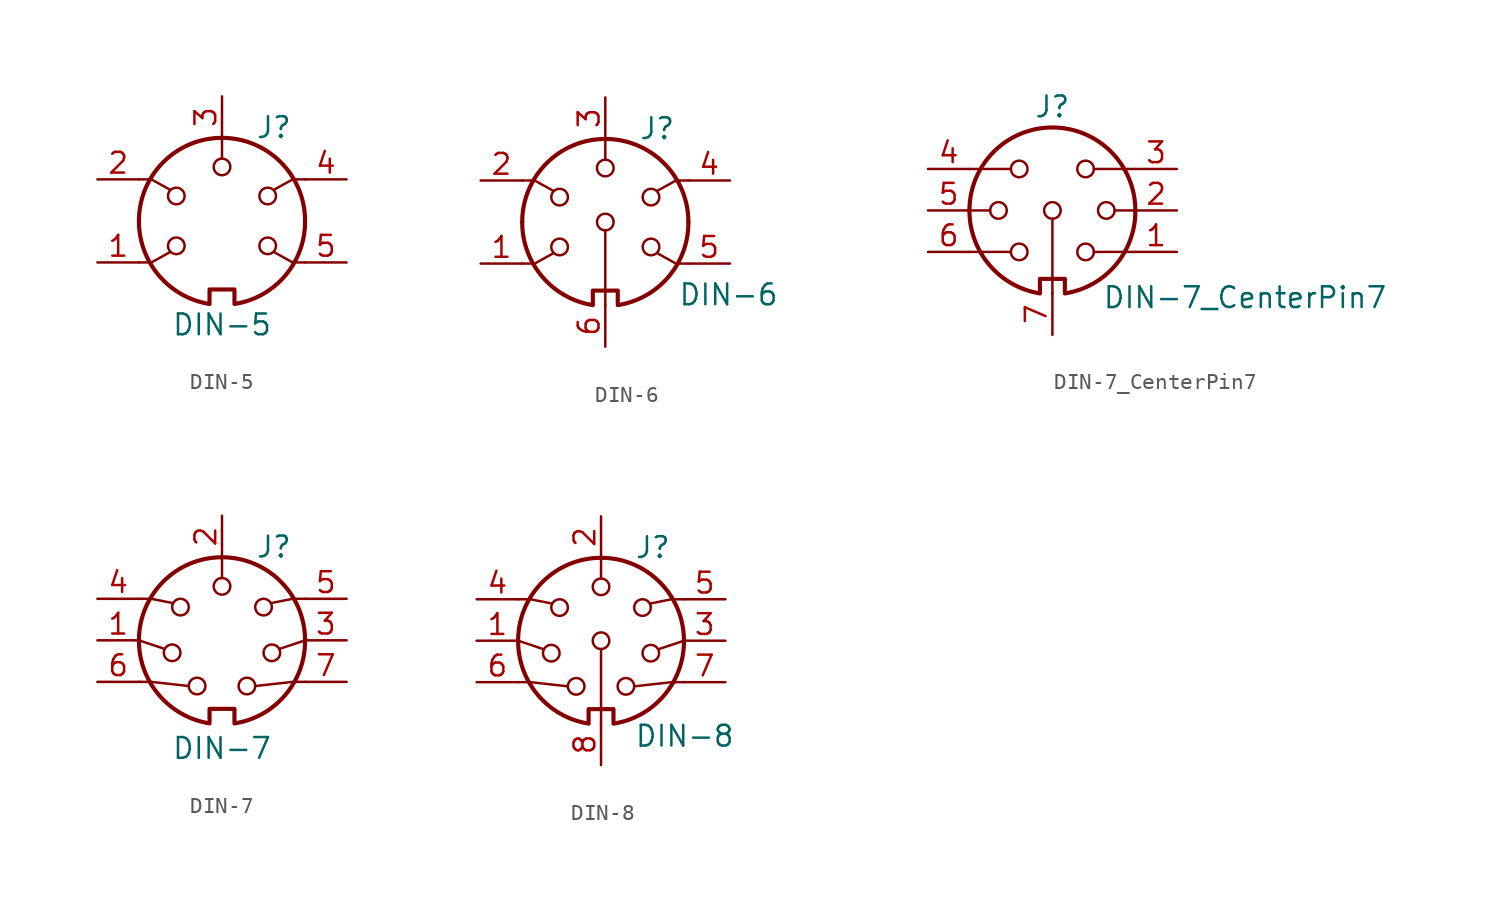
<source format=kicad_sym>
(kicad_symbol_lib
  (version 20220914)
  (generator kicad_symbol_editor)
  (symbol "DIN-5"
    (pin_names
      (offset 1.016))
    (property "Reference" "J"
      (at 3.175 5.715 0)
      (effects (font (size 1.27 1.27))))
    (property "Value" "DIN-5"
      (at 0 -6.35 0)
      (effects (font (size 1.27 1.27))))
    (symbol "DIN-5_0_1"
      (arc (start -5.08 0) (mid -3.8609 -3.3364) (end -0.762 -5.08) (stroke (width 0.254) (type solid)) (fill (type none)))
      (circle (center -2.794 -1.524) (radius 0.508) (stroke (width 0) (type solid)) (fill (type none)))
      (circle (center -2.794 1.524) (radius 0.508) (stroke (width 0) (type solid)) (fill (type none)))
      (polyline (pts (xy 0 5.08) (xy 0 3.81)) (stroke (width 0) (type solid)) (fill (type none)))
      (polyline (pts (xy -5.08 -2.54) (xy -4.318 -2.54) (xy -3.175 -1.905)) (stroke (width 0) (type solid)) (fill (type none)))
      (polyline (pts (xy -5.08 2.54) (xy -4.318 2.54) (xy -3.175 1.905)) (stroke (width 0) (type solid)) (fill (type none)))
      (polyline (pts (xy 5.08 -2.54) (xy 4.318 -2.54) (xy 3.175 -1.905)) (stroke (width 0) (type solid)) (fill (type none)))
      (polyline (pts (xy 5.08 2.54) (xy 4.318 2.54) (xy 3.175 1.905)) (stroke (width 0) (type solid)) (fill (type none)))
      (polyline (pts (xy -0.762 -4.953) (xy -0.762 -4.191) (xy 0.762 -4.191) (xy 0.762 -4.953)) (stroke (width 0.254) (type solid)) (fill (type none)))
      (circle (center 0 3.302) (radius 0.508) (stroke (width 0) (type solid)) (fill (type none)))
      (arc (start 0.762 -5.08) (mid 3.8685 -3.343) (end 5.08 0) (stroke (width 0.254) (type solid)) (fill (type none)))
      (circle (center 2.794 -1.524) (radius 0.508) (stroke (width 0) (type solid)) (fill (type none)))
      (circle (center 2.794 1.524) (radius 0.508) (stroke (width 0) (type solid)) (fill (type none)))
      (arc (start 5.08 0) (mid 0 5.0579) (end -5.08 0) (stroke (width 0.254) (type solid)) (fill (type none))))
    (symbol "DIN-5_1_1"
      (pin passive line (at -7.62 -2.54 0) (length 2.54) (name "~" (effects (font (size 1.27 1.27)))) (number "1" (effects (font (size 1.27 1.27)))))
      (pin passive line (at -7.62 2.54 0) (length 2.54) (name "~" (effects (font (size 1.27 1.27)))) (number "2" (effects (font (size 1.27 1.27)))))
      (pin passive line (at 0 7.62 270) (length 2.54) (name "~" (effects (font (size 1.27 1.27)))) (number "3" (effects (font (size 1.27 1.27)))))
      (pin passive line (at 7.62 2.54 180) (length 2.54) (name "~" (effects (font (size 1.27 1.27)))) (number "4" (effects (font (size 1.27 1.27)))))
      (pin passive line (at 7.62 -2.54 180) (length 2.54) (name "~" (effects (font (size 1.27 1.27)))) (number "5" (effects (font (size 1.27 1.27)))))))
  (symbol "DIN-6"
    (pin_names
      (offset 1.016))
    (property "Reference" "J"
      (at 3.175 5.715 0)
      (effects (font (size 1.27 1.27))))
    (property "Value" "DIN-6"
      (at 4.445 -4.445 0)
      (effects (font (size 1.27 1.27)) (justify left)))
    (symbol "DIN-6_0_1"
      (arc (start -5.08 0) (mid -3.8609 -3.3364) (end -0.762 -5.08) (stroke (width 0.254) (type solid)) (fill (type none)))
      (circle (center -2.794 -1.524) (radius 0.508) (stroke (width 0) (type solid)) (fill (type none)))
      (circle (center -2.794 1.524) (radius 0.508) (stroke (width 0) (type solid)) (fill (type none)))
      (polyline (pts (xy 0 -5.08) (xy 0 -0.508)) (stroke (width 0) (type solid)) (fill (type none)))
      (polyline (pts (xy 0 5.08) (xy 0 3.81)) (stroke (width 0) (type solid)) (fill (type none)))
      (polyline (pts (xy -5.08 -2.54) (xy -4.318 -2.54) (xy -3.175 -1.905)) (stroke (width 0) (type solid)) (fill (type none)))
      (polyline (pts (xy -5.08 2.54) (xy -4.318 2.54) (xy -3.175 1.905)) (stroke (width 0) (type solid)) (fill (type none)))
      (polyline (pts (xy 5.08 -2.54) (xy 4.318 -2.54) (xy 3.175 -1.905)) (stroke (width 0) (type solid)) (fill (type none)))
      (polyline (pts (xy 5.08 2.54) (xy 4.318 2.54) (xy 3.175 1.905)) (stroke (width 0) (type solid)) (fill (type none)))
      (polyline (pts (xy -0.762 -4.953) (xy -0.762 -4.191) (xy 0.762 -4.191) (xy 0.762 -4.953)) (stroke (width 0.254) (type solid)) (fill (type none)))
      (circle (center 0 0) (radius 0.508) (stroke (width 0) (type solid)) (fill (type none)))
      (circle (center 0 3.302) (radius 0.508) (stroke (width 0) (type solid)) (fill (type none)))
      (arc (start 0.762 -5.08) (mid 3.8685 -3.343) (end 5.08 0) (stroke (width 0.254) (type solid)) (fill (type none)))
      (circle (center 2.794 -1.524) (radius 0.508) (stroke (width 0) (type solid)) (fill (type none)))
      (circle (center 2.794 1.524) (radius 0.508) (stroke (width 0) (type solid)) (fill (type none)))
      (arc (start 5.08 0) (mid 0 5.0579) (end -5.08 0) (stroke (width 0.254) (type solid)) (fill (type none))))
    (symbol "DIN-6_1_1"
      (pin passive line (at -7.62 -2.54 0) (length 2.54) (name "~" (effects (font (size 1.27 1.27)))) (number "1" (effects (font (size 1.27 1.27)))))
      (pin passive line (at -7.62 2.54 0) (length 2.54) (name "~" (effects (font (size 1.27 1.27)))) (number "2" (effects (font (size 1.27 1.27)))))
      (pin passive line (at 0 7.62 270) (length 2.54) (name "~" (effects (font (size 1.27 1.27)))) (number "3" (effects (font (size 1.27 1.27)))))
      (pin passive line (at 7.62 2.54 180) (length 2.54) (name "~" (effects (font (size 1.27 1.27)))) (number "4" (effects (font (size 1.27 1.27)))))
      (pin passive line (at 7.62 -2.54 180) (length 2.54) (name "~" (effects (font (size 1.27 1.27)))) (number "5" (effects (font (size 1.27 1.27)))))
      (pin passive line (at 0 -7.62 90) (length 2.54) (name "~" (effects (font (size 1.27 1.27)))) (number "6" (effects (font (size 1.27 1.27)))))))
  (symbol "DIN-7_CenterPin7"
    (pin_names
      (offset 1.016))
    (property "Reference" "J"
      (at 0 6.35 0)
      (effects (font (size 1.27 1.27))))
    (property "Value" "DIN-7_CenterPin7"
      (at 3.048 -5.334 0)
      (effects (font (size 1.27 1.27)) (justify left)))
    (symbol "DIN-7_CenterPin7_0_1"
      (arc (start -5.08 0) (mid -3.8609 -3.3364) (end -0.762 -5.08) (stroke (width 0.254) (type solid)) (fill (type none)))
      (circle (center -3.302 0) (radius 0.508) (stroke (width 0) (type solid)) (fill (type none)))
      (circle (center -2.032 -2.54) (radius 0.508) (stroke (width 0) (type solid)) (fill (type none)))
      (circle (center -2.032 2.54) (radius 0.508) (stroke (width 0) (type solid)) (fill (type none)))
      (polyline (pts (xy -5.08 0) (xy -3.81 0)) (stroke (width 0) (type solid)) (fill (type none)))
      (polyline (pts (xy 0 -0.508) (xy 0 -5.08)) (stroke (width 0) (type solid)) (fill (type none)))
      (polyline (pts (xy 5.08 0) (xy 3.81 0)) (stroke (width 0) (type solid)) (fill (type none)))
      (polyline (pts (xy -5.08 -2.54) (xy -4.318 -2.54) (xy -2.54 -2.54)) (stroke (width 0) (type solid)) (fill (type none)))
      (polyline (pts (xy -5.08 2.54) (xy -4.318 2.54) (xy -2.54 2.54)) (stroke (width 0) (type solid)) (fill (type none)))
      (polyline (pts (xy 5.08 -2.54) (xy 4.318 -2.54) (xy 2.54 -2.54)) (stroke (width 0) (type solid)) (fill (type none)))
      (polyline (pts (xy 5.08 2.54) (xy 4.318 2.54) (xy 2.54 2.54)) (stroke (width 0) (type solid)) (fill (type none)))
      (polyline (pts (xy -0.762 -4.953) (xy -0.762 -4.191) (xy 0.762 -4.191) (xy 0.762 -4.953)) (stroke (width 0.254) (type solid)) (fill (type none)))
      (circle (center 0 0) (radius 0.508) (stroke (width 0) (type solid)) (fill (type none)))
      (arc (start 0.762 -5.08) (mid 3.8685 -3.343) (end 5.08 0) (stroke (width 0.254) (type solid)) (fill (type none)))
      (circle (center 2.032 -2.54) (radius 0.508) (stroke (width 0) (type solid)) (fill (type none)))
      (circle (center 2.032 2.54) (radius 0.508) (stroke (width 0) (type solid)) (fill (type none)))
      (circle (center 3.302 0) (radius 0.508) (stroke (width 0) (type solid)) (fill (type none)))
      (arc (start 5.08 0) (mid 0 5.0579) (end -5.08 0) (stroke (width 0.254) (type solid)) (fill (type none))))
    (symbol "DIN-7_CenterPin7_1_1"
      (pin passive line (at 7.62 -2.54 180) (length 2.54) (name "~" (effects (font (size 1.27 1.27)))) (number "1" (effects (font (size 1.27 1.27)))))
      (pin passive line (at 7.62 0 180) (length 2.54) (name "~" (effects (font (size 1.27 1.27)))) (number "2" (effects (font (size 1.27 1.27)))))
      (pin passive line (at 7.62 2.54 180) (length 2.54) (name "~" (effects (font (size 1.27 1.27)))) (number "3" (effects (font (size 1.27 1.27)))))
      (pin passive line (at -7.62 2.54 0) (length 2.54) (name "~" (effects (font (size 1.27 1.27)))) (number "4" (effects (font (size 1.27 1.27)))))
      (pin passive line (at -7.62 0 0) (length 2.54) (name "~" (effects (font (size 1.27 1.27)))) (number "5" (effects (font (size 1.27 1.27)))))
      (pin passive line (at -7.62 -2.54 0) (length 2.54) (name "~" (effects (font (size 1.27 1.27)))) (number "6" (effects (font (size 1.27 1.27)))))
      (pin passive line (at 0 -7.62 90) (length 2.54) (name "~" (effects (font (size 1.27 1.27)))) (number "7" (effects (font (size 1.27 1.27)))))))
  (symbol "DIN-7"
    (pin_names
      (offset 1.016))
    (property "Reference" "J"
      (at 3.175 5.715 0)
      (effects (font (size 1.27 1.27))))
    (property "Value" "DIN-7"
      (at 0 -6.604 0)
      (effects (font (size 1.27 1.27))))
    (symbol "DIN-7_0_1"
      (arc (start -5.08 0) (mid -3.8609 -3.3364) (end -0.762 -5.08) (stroke (width 0.254) (type solid)) (fill (type none)))
      (circle (center -3.048 -0.762) (radius 0.508) (stroke (width 0) (type solid)) (fill (type none)))
      (circle (center -2.54 2.032) (radius 0.508) (stroke (width 0) (type solid)) (fill (type none)))
      (circle (center -1.524 -2.794) (radius 0.508) (stroke (width 0) (type solid)) (fill (type none)))
      (polyline (pts (xy -5.08 0) (xy -3.556 -0.508)) (stroke (width 0) (type solid)) (fill (type none)))
      (polyline (pts (xy 0 5.08) (xy 0 3.81)) (stroke (width 0) (type solid)) (fill (type none)))
      (polyline (pts (xy 5.08 0) (xy 3.556 -0.508)) (stroke (width 0) (type solid)) (fill (type none)))
      (polyline (pts (xy -5.08 -2.54) (xy -4.318 -2.54) (xy -2.032 -2.794)) (stroke (width 0) (type solid)) (fill (type none)))
      (polyline (pts (xy -5.08 2.54) (xy -4.318 2.54) (xy -3.048 2.286)) (stroke (width 0) (type solid)) (fill (type none)))
      (polyline (pts (xy 5.08 -2.54) (xy 4.318 -2.54) (xy 2.032 -2.794)) (stroke (width 0) (type solid)) (fill (type none)))
      (polyline (pts (xy 5.08 2.54) (xy 4.318 2.54) (xy 3.048 2.286)) (stroke (width 0) (type solid)) (fill (type none)))
      (polyline (pts (xy -0.762 -4.953) (xy -0.762 -4.191) (xy 0.762 -4.191) (xy 0.762 -4.953)) (stroke (width 0.254) (type solid)) (fill (type none)))
      (circle (center 0 3.302) (radius 0.508) (stroke (width 0) (type solid)) (fill (type none)))
      (arc (start 0.762 -5.08) (mid 3.8685 -3.343) (end 5.08 0) (stroke (width 0.254) (type solid)) (fill (type none)))
      (circle (center 1.524 -2.794) (radius 0.508) (stroke (width 0) (type solid)) (fill (type none)))
      (circle (center 2.54 2.032) (radius 0.508) (stroke (width 0) (type solid)) (fill (type none)))
      (circle (center 3.048 -0.762) (radius 0.508) (stroke (width 0) (type solid)) (fill (type none)))
      (arc (start 5.08 0) (mid 0 5.0579) (end -5.08 0) (stroke (width 0.254) (type solid)) (fill (type none))))
    (symbol "DIN-7_1_1"
      (pin passive line (at -7.62 0 0) (length 2.54) (name "~" (effects (font (size 1.27 1.27)))) (number "1" (effects (font (size 1.27 1.27)))))
      (pin passive line (at 0 7.62 270) (length 2.54) (name "~" (effects (font (size 1.27 1.27)))) (number "2" (effects (font (size 1.27 1.27)))))
      (pin passive line (at 7.62 0 180) (length 2.54) (name "~" (effects (font (size 1.27 1.27)))) (number "3" (effects (font (size 1.27 1.27)))))
      (pin passive line (at -7.62 2.54 0) (length 2.54) (name "~" (effects (font (size 1.27 1.27)))) (number "4" (effects (font (size 1.27 1.27)))))
      (pin passive line (at 7.62 2.54 180) (length 2.54) (name "~" (effects (font (size 1.27 1.27)))) (number "5" (effects (font (size 1.27 1.27)))))
      (pin passive line (at -7.62 -2.54 0) (length 2.54) (name "~" (effects (font (size 1.27 1.27)))) (number "6" (effects (font (size 1.27 1.27)))))
      (pin passive line (at 7.62 -2.54 180) (length 2.54) (name "~" (effects (font (size 1.27 1.27)))) (number "7" (effects (font (size 1.27 1.27)))))))
  (symbol "DIN-8"
    (pin_names
      (offset 1.016))
    (property "Reference" "J"
      (at 3.175 5.715 0)
      (effects (font (size 1.27 1.27))))
    (property "Value" "DIN-8"
      (at 2.032 -5.842 0)
      (effects (font (size 1.27 1.27)) (justify left)))
    (symbol "DIN-8_0_1"
      (arc (start -5.08 0) (mid -3.8609 -3.3364) (end -0.762 -5.08) (stroke (width 0.254) (type solid)) (fill (type none)))
      (circle (center -3.048 -0.762) (radius 0.508) (stroke (width 0) (type solid)) (fill (type none)))
      (circle (center -2.54 2.032) (radius 0.508) (stroke (width 0) (type solid)) (fill (type none)))
      (circle (center -1.524 -2.794) (radius 0.508) (stroke (width 0) (type solid)) (fill (type none)))
      (polyline (pts (xy -5.08 0) (xy -3.556 -0.508)) (stroke (width 0) (type solid)) (fill (type none)))
      (polyline (pts (xy 0 -0.508) (xy 0 -5.08)) (stroke (width 0) (type solid)) (fill (type none)))
      (polyline (pts (xy 0 5.08) (xy 0 3.81)) (stroke (width 0) (type solid)) (fill (type none)))
      (polyline (pts (xy 5.08 0) (xy 3.556 -0.508)) (stroke (width 0) (type solid)) (fill (type none)))
      (polyline (pts (xy -5.08 -2.54) (xy -4.318 -2.54) (xy -2.032 -2.794)) (stroke (width 0) (type solid)) (fill (type none)))
      (polyline (pts (xy -5.08 2.54) (xy -4.318 2.54) (xy -3.048 2.286)) (stroke (width 0) (type solid)) (fill (type none)))
      (polyline (pts (xy 5.08 -2.54) (xy 4.318 -2.54) (xy 2.032 -2.794)) (stroke (width 0) (type solid)) (fill (type none)))
      (polyline (pts (xy 5.08 2.54) (xy 4.318 2.54) (xy 3.048 2.286)) (stroke (width 0) (type solid)) (fill (type none)))
      (polyline (pts (xy -0.762 -4.953) (xy -0.762 -4.191) (xy 0.762 -4.191) (xy 0.762 -4.953)) (stroke (width 0.254) (type solid)) (fill (type none)))
      (circle (center 0 0) (radius 0.508) (stroke (width 0) (type solid)) (fill (type none)))
      (circle (center 0 3.302) (radius 0.508) (stroke (width 0) (type solid)) (fill (type none)))
      (arc (start 0.762 -5.08) (mid 3.8685 -3.343) (end 5.08 0) (stroke (width 0.254) (type solid)) (fill (type none)))
      (circle (center 1.524 -2.794) (radius 0.508) (stroke (width 0) (type solid)) (fill (type none)))
      (circle (center 2.54 2.032) (radius 0.508) (stroke (width 0) (type solid)) (fill (type none)))
      (circle (center 3.048 -0.762) (radius 0.508) (stroke (width 0) (type solid)) (fill (type none)))
      (arc (start 5.08 0) (mid 0 5.0579) (end -5.08 0) (stroke (width 0.254) (type solid)) (fill (type none))))
    (symbol "DIN-8_1_1"
      (pin passive line (at -7.62 0 0) (length 2.54) (name "~" (effects (font (size 1.27 1.27)))) (number "1" (effects (font (size 1.27 1.27)))))
      (pin passive line (at 0 7.62 270) (length 2.54) (name "~" (effects (font (size 1.27 1.27)))) (number "2" (effects (font (size 1.27 1.27)))))
      (pin passive line (at 7.62 0 180) (length 2.54) (name "~" (effects (font (size 1.27 1.27)))) (number "3" (effects (font (size 1.27 1.27)))))
      (pin passive line (at -7.62 2.54 0) (length 2.54) (name "~" (effects (font (size 1.27 1.27)))) (number "4" (effects (font (size 1.27 1.27)))))
      (pin passive line (at 7.62 2.54 180) (length 2.54) (name "~" (effects (font (size 1.27 1.27)))) (number "5" (effects (font (size 1.27 1.27)))))
      (pin passive line (at -7.62 -2.54 0) (length 2.54) (name "~" (effects (font (size 1.27 1.27)))) (number "6" (effects (font (size 1.27 1.27)))))
      (pin passive line (at 7.62 -2.54 180) (length 2.54) (name "~" (effects (font (size 1.27 1.27)))) (number "7" (effects (font (size 1.27 1.27)))))
      (pin passive line (at 0 -7.62 90) (length 2.54) (name "~" (effects (font (size 1.27 1.27)))) (number "8" (effects (font (size 1.27 1.27))))))))
</source>
